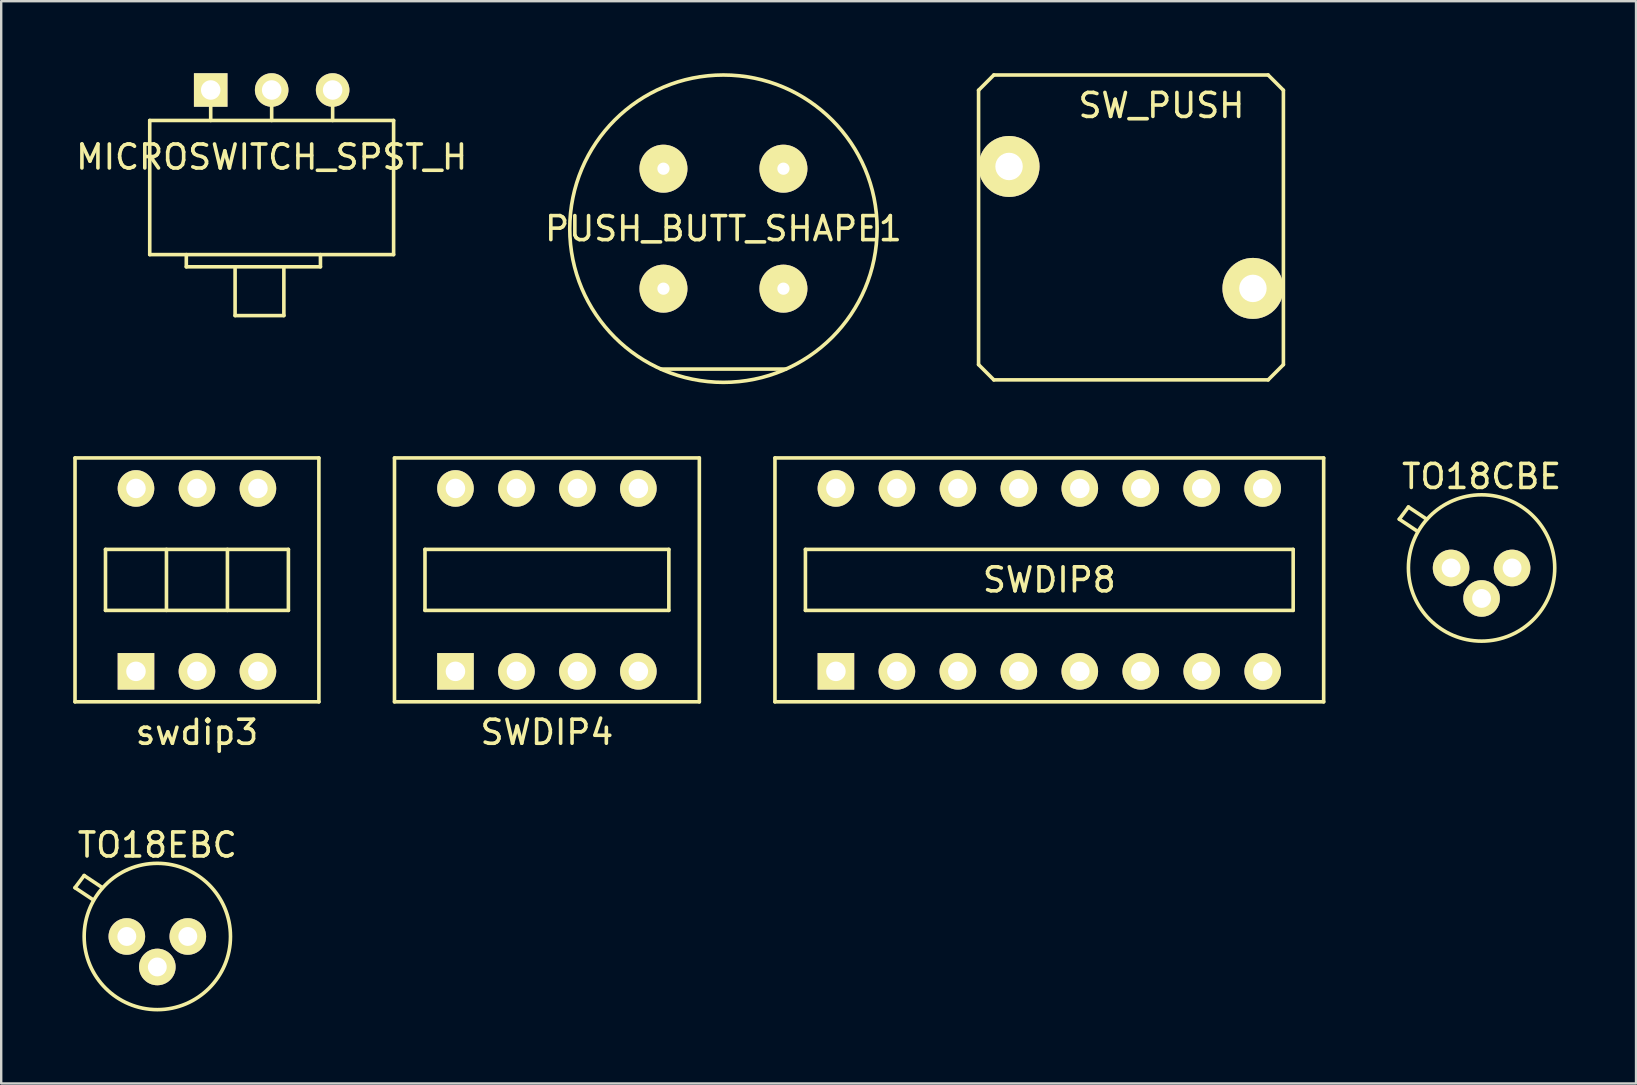
<source format=kicad_pcb>
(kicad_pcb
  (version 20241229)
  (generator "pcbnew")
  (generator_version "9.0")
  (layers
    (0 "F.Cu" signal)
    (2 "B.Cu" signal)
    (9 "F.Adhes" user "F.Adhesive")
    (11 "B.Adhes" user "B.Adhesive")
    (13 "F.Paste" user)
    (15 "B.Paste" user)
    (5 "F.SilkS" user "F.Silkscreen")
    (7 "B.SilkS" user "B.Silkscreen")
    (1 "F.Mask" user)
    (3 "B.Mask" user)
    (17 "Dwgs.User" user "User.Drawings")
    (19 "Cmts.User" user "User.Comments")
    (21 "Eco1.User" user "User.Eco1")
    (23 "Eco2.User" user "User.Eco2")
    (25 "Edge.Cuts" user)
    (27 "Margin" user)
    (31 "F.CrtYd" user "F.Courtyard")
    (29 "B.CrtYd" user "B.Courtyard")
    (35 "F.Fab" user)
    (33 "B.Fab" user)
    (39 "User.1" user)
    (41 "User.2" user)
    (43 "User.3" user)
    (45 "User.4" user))
  (footprint "TO18EBC"
    (layer "F.Cu")
    (at 3.504 35.965)
    (property "Reference" "TO18EBC" (at 0 -3.81 0) (layer "F.SilkS") (effects (font (size 1 1) (thickness 0.15))))
    (attr through_hole)
    (fp_line (start -3.429 -2.032) (end -3.048 -2.54) (stroke (width 0.15) (type solid)) (layer "F.SilkS"))
    (fp_line (start -3.048 -2.54) (end -2.286 -2.032) (stroke (width 0.15) (type solid)) (layer "F.SilkS"))
    (fp_line (start -2.667 -1.524) (end -3.429 -2.032) (stroke (width 0.15) (type solid)) (layer "F.SilkS"))
    (fp_circle (center 0 0) (end -3.048 0) (stroke (width 0.15) (type solid)) (fill no) (layer "F.SilkS"))
    (pad "1" thru_hole circle (at -1.27 0) (size 1.524 1.524) (drill 0.787) (layers "*.Cu" "*.Mask" "F.SilkS"))
    (pad "2" thru_hole circle (at 0 1.27) (size 1.524 1.524) (drill 0.787) (layers "*.Cu" "*.Mask" "F.SilkS"))
    (pad "3" thru_hole circle (at 1.27 0) (size 1.524 1.524) (drill 0.787) (layers "*.Cu" "*.Mask" "F.SilkS")))
  (footprint "SWDIP4"
    (layer "F.Cu")
    (at 19.735 21.109)
    (property "Reference" "SWDIP4" (at 0 6.35 0) (layer "F.SilkS") (effects (font (size 1 1) (thickness 0.15))))
    (attr through_hole)
    (fp_line (start -6.35 -5.08) (end 6.35 -5.08) (stroke (width 0.15) (type solid)) (layer "F.SilkS"))
    (fp_line (start -6.35 5.08) (end -6.35 -5.08) (stroke (width 0.15) (type solid)) (layer "F.SilkS"))
    (fp_line (start -5.08 -1.27) (end 5.08 -1.27) (stroke (width 0.15) (type solid)) (layer "F.SilkS"))
    (fp_line (start -5.08 1.27) (end -5.08 -1.27) (stroke (width 0.15) (type solid)) (layer "F.SilkS"))
    (fp_line (start 5.08 -1.27) (end 5.08 1.27) (stroke (width 0.15) (type solid)) (layer "F.SilkS"))
    (fp_line (start 5.08 1.27) (end -5.08 1.27) (stroke (width 0.15) (type solid)) (layer "F.SilkS"))
    (fp_line (start 6.35 -5.08) (end 6.35 5.08) (stroke (width 0.15) (type solid)) (layer "F.SilkS"))
    (fp_line (start 6.35 5.08) (end -6.35 5.08) (stroke (width 0.15) (type solid)) (layer "F.SilkS"))
    (pad "1" thru_hole rect (at -3.81 3.81) (size 1.524 1.524) (drill 0.813) (layers "*.Cu" "*.Mask" "F.SilkS"))
    (pad "2" thru_hole circle (at -1.27 3.81) (size 1.524 1.524) (drill 0.813) (layers "*.Cu" "*.Mask" "F.SilkS"))
    (pad "3" thru_hole circle (at 1.27 3.81) (size 1.524 1.524) (drill 0.813) (layers "*.Cu" "*.Mask" "F.SilkS"))
    (pad "4" thru_hole circle (at 3.81 3.81) (size 1.524 1.524) (drill 0.813) (layers "*.Cu" "*.Mask" "F.SilkS"))
    (pad "5" thru_hole circle (at 3.81 -3.81) (size 1.524 1.524) (drill 0.813) (layers "*.Cu" "*.Mask" "F.SilkS"))
    (pad "6" thru_hole circle (at 1.27 -3.81) (size 1.524 1.524) (drill 0.813) (layers "*.Cu" "*.Mask" "F.SilkS"))
    (pad "7" thru_hole circle (at -1.27 -3.81) (size 1.524 1.524) (drill 0.813) (layers "*.Cu" "*.Mask" "F.SilkS"))
    (pad "8" thru_hole circle (at -3.81 -3.81) (size 1.524 1.524) (drill 0.813) (layers "*.Cu" "*.Mask" "F.SilkS")))
  (footprint "swdip3"
    (layer "F.Cu")
    (at 5.155 21.109)
    (property "Reference" "swdip3" (at 0 6.35 0) (layer "F.SilkS") (effects (font (size 1 1) (thickness 0.15))))
    (attr through_hole)
    (fp_line (start -5.08 -5.08) (end 5.08 -5.08) (stroke (width 0.15) (type solid)) (layer "F.SilkS"))
    (fp_line (start -5.08 5.08) (end -5.08 -5.08) (stroke (width 0.15) (type solid)) (layer "F.SilkS"))
    (fp_line (start -3.81 -1.27) (end 3.81 -1.27) (stroke (width 0.15) (type solid)) (layer "F.SilkS"))
    (fp_line (start -3.81 1.27) (end -3.81 -1.27) (stroke (width 0.15) (type solid)) (layer "F.SilkS"))
    (fp_line (start -1.27 -1.27) (end -1.27 1.27) (stroke (width 0.15) (type solid)) (layer "F.SilkS"))
    (fp_line (start 1.27 -1.27) (end 1.27 1.27) (stroke (width 0.15) (type solid)) (layer "F.SilkS"))
    (fp_line (start 3.81 -1.27) (end 3.81 1.27) (stroke (width 0.15) (type solid)) (layer "F.SilkS"))
    (fp_line (start 3.81 1.27) (end -3.81 1.27) (stroke (width 0.15) (type solid)) (layer "F.SilkS"))
    (fp_line (start 5.08 -5.08) (end 5.08 5.08) (stroke (width 0.15) (type solid)) (layer "F.SilkS"))
    (fp_line (start 5.08 5.08) (end -5.08 5.08) (stroke (width 0.15) (type solid)) (layer "F.SilkS"))
    (pad "1" thru_hole rect (at -2.54 3.81) (size 1.524 1.524) (drill 0.813) (layers "*.Cu" "*.Mask" "F.SilkS"))
    (pad "2" thru_hole circle (at 0 3.81) (size 1.524 1.524) (drill 0.813) (layers "*.Cu" "*.Mask" "F.SilkS"))
    (pad "3" thru_hole circle (at 2.54 3.81) (size 1.524 1.524) (drill 0.813) (layers "*.Cu" "*.Mask" "F.SilkS"))
    (pad "4" thru_hole circle (at 2.54 -3.81) (size 1.524 1.524) (drill 0.813) (layers "*.Cu" "*.Mask" "F.SilkS"))
    (pad "5" thru_hole circle (at 0 -3.81) (size 1.524 1.524) (drill 0.813) (layers "*.Cu" "*.Mask" "F.SilkS"))
    (pad "6" thru_hole circle (at -2.54 -3.81) (size 1.524 1.524) (drill 0.813) (layers "*.Cu" "*.Mask" "F.SilkS")))
  (footprint "SW_PUSH"
    (layer "F.Cu")
    (at 44.068 6.425)
    (property "Reference" "SW_PUSH" (at 1.27 -5.08 0) (layer "F.SilkS") (effects (font (size 1 1) (thickness 0.15))))
    (attr through_hole)
    (fp_line (start -6.35 -5.715) (end -5.715 -6.35) (stroke (width 0.15) (type solid)) (layer "F.SilkS"))
    (fp_line (start -6.35 5.715) (end -6.35 -5.715) (stroke (width 0.15) (type solid)) (layer "F.SilkS"))
    (fp_line (start -5.715 -6.35) (end 5.715 -6.35) (stroke (width 0.15) (type solid)) (layer "F.SilkS"))
    (fp_line (start -5.715 6.35) (end -6.35 5.715) (stroke (width 0.15) (type solid)) (layer "F.SilkS"))
    (fp_line (start 5.715 -6.35) (end 6.35 -5.715) (stroke (width 0.15) (type solid)) (layer "F.SilkS"))
    (fp_line (start 5.715 6.35) (end -5.715 6.35) (stroke (width 0.15) (type solid)) (layer "F.SilkS"))
    (fp_line (start 6.35 -5.715) (end 6.35 5.715) (stroke (width 0.15) (type solid)) (layer "F.SilkS"))
    (fp_line (start 6.35 5.715) (end 5.715 6.35) (stroke (width 0.15) (type solid)) (layer "F.SilkS"))
    (pad "1" thru_hole circle (at -5.08 -2.54) (size 2.54 2.54) (drill 1.143) (layers "*.Cu" "*.Mask" "F.SilkS"))
    (pad "2" thru_hole circle (at 5.08 2.54) (size 2.54 2.54) (drill 1.143) (layers "*.Cu" "*.Mask" "F.SilkS")))
  (footprint "SWDIP8"
    (layer "F.Cu")
    (at 40.665 21.109)
    (property "Reference" "SWDIP8" (at 0 0 0) (layer "F.SilkS") (effects (font (size 1 1) (thickness 0.15))))
    (attr through_hole)
    (fp_line (start -11.43 -5.08) (end -11.43 5.08) (stroke (width 0.15) (type solid)) (layer "F.SilkS"))
    (fp_line (start -11.43 5.08) (end 11.43 5.08) (stroke (width 0.15) (type solid)) (layer "F.SilkS"))
    (fp_line (start -10.16 -1.27) (end 10.16 -1.27) (stroke (width 0.15) (type solid)) (layer "F.SilkS"))
    (fp_line (start -10.16 1.27) (end -10.16 -1.27) (stroke (width 0.15) (type solid)) (layer "F.SilkS"))
    (fp_line (start 10.16 -1.27) (end 10.16 1.27) (stroke (width 0.15) (type solid)) (layer "F.SilkS"))
    (fp_line (start 10.16 1.27) (end -10.16 1.27) (stroke (width 0.15) (type solid)) (layer "F.SilkS"))
    (fp_line (start 11.43 -5.08) (end -11.43 -5.08) (stroke (width 0.15) (type solid)) (layer "F.SilkS"))
    (fp_line (start 11.43 5.08) (end 11.43 -5.08) (stroke (width 0.15) (type solid)) (layer "F.SilkS"))
    (pad "1" thru_hole rect (at -8.89 3.81) (size 1.524 1.524) (drill 0.813) (layers "*.Cu" "*.Mask" "F.SilkS"))
    (pad "2" thru_hole circle (at -6.35 3.81) (size 1.524 1.524) (drill 0.813) (layers "*.Cu" "*.Mask" "F.SilkS"))
    (pad "3" thru_hole circle (at -3.81 3.81) (size 1.524 1.524) (drill 0.813) (layers "*.Cu" "*.Mask" "F.SilkS"))
    (pad "4" thru_hole circle (at -1.27 3.81) (size 1.524 1.524) (drill 0.813) (layers "*.Cu" "*.Mask" "F.SilkS"))
    (pad "5" thru_hole circle (at 1.27 3.81) (size 1.524 1.524) (drill 0.813) (layers "*.Cu" "*.Mask" "F.SilkS"))
    (pad "6" thru_hole circle (at 3.81 3.81) (size 1.524 1.524) (drill 0.813) (layers "*.Cu" "*.Mask" "F.SilkS"))
    (pad "7" thru_hole circle (at 6.35 3.81) (size 1.524 1.524) (drill 0.813) (layers "*.Cu" "*.Mask" "F.SilkS"))
    (pad "8" thru_hole circle (at 8.89 3.81) (size 1.524 1.524) (drill 0.813) (layers "*.Cu" "*.Mask" "F.SilkS"))
    (pad "9" thru_hole circle (at 8.89 -3.81) (size 1.524 1.524) (drill 0.813) (layers "*.Cu" "*.Mask" "F.SilkS"))
    (pad "10" thru_hole circle (at 6.35 -3.81) (size 1.524 1.524) (drill 0.813) (layers "*.Cu" "*.Mask" "F.SilkS"))
    (pad "11" thru_hole circle (at 3.81 -3.81) (size 1.524 1.524) (drill 0.813) (layers "*.Cu" "*.Mask" "F.SilkS"))
    (pad "12" thru_hole circle (at 1.27 -3.81) (size 1.524 1.524) (drill 0.813) (layers "*.Cu" "*.Mask" "F.SilkS"))
    (pad "13" thru_hole circle (at -1.27 -3.81) (size 1.524 1.524) (drill 0.813) (layers "*.Cu" "*.Mask" "F.SilkS"))
    (pad "14" thru_hole circle (at -3.81 -3.81) (size 1.524 1.524) (drill 0.813) (layers "*.Cu" "*.Mask" "F.SilkS"))
    (pad "15" thru_hole circle (at -6.35 -3.81) (size 1.524 1.524) (drill 0.813) (layers "*.Cu" "*.Mask" "F.SilkS"))
    (pad "16" thru_hole circle (at -8.89 -3.81) (size 1.524 1.524) (drill 0.813) (layers "*.Cu" "*.Mask" "F.SilkS")))
  (footprint "MICROSWITCH_SPST_H"
    (layer "F.Cu")
    (at 8.268 0.699)
    (property "Reference" "MICROSWITCH_SPST_H" (at 0 2.794 0) (layer "F.SilkS") (effects (font (size 1 1) (thickness 0.15))))
    (attr through_hole)
    (fp_line (start -5.08 1.27) (end -5.08 6.858) (stroke (width 0.15) (type solid)) (layer "F.SilkS"))
    (fp_line (start -5.08 1.27) (end 5.08 1.27) (stroke (width 0.15) (type solid)) (layer "F.SilkS"))
    (fp_line (start -3.556 6.858) (end -3.556 7.366) (stroke (width 0.15) (type solid)) (layer "F.SilkS"))
    (fp_line (start -3.556 7.366) (end 2.032 7.366) (stroke (width 0.15) (type solid)) (layer "F.SilkS"))
    (fp_line (start -2.54 0) (end -2.54 1.27) (stroke (width 0.15) (type solid)) (layer "F.SilkS"))
    (fp_line (start -1.524 7.366) (end -1.524 9.398) (stroke (width 0.15) (type solid)) (layer "F.SilkS"))
    (fp_line (start -1.524 9.398) (end 0.508 9.398) (stroke (width 0.15) (type solid)) (layer "F.SilkS"))
    (fp_line (start 0 0) (end 0 1.27) (stroke (width 0.15) (type solid)) (layer "F.SilkS"))
    (fp_line (start 0.508 7.366) (end 0.508 9.398) (stroke (width 0.15) (type solid)) (layer "F.SilkS"))
    (fp_line (start 2.032 7.366) (end 2.032 6.858) (stroke (width 0.15) (type solid)) (layer "F.SilkS"))
    (fp_line (start 2.54 0) (end 2.54 1.27) (stroke (width 0.15) (type solid)) (layer "F.SilkS"))
    (fp_line (start 5.08 1.27) (end 5.08 6.858) (stroke (width 0.15) (type solid)) (layer "F.SilkS"))
    (fp_line (start 5.08 6.858) (end -5.08 6.858) (stroke (width 0.15) (type solid)) (layer "F.SilkS"))
    (pad "1" thru_hole rect (at -2.54 0) (size 1.397 1.397) (drill 0.813) (layers "*.Cu" "*.Mask" "F.SilkS"))
    (pad "2" thru_hole circle (at 0 0) (size 1.397 1.397) (drill 0.813) (layers "*.Cu" "*.Mask" "F.SilkS"))
    (pad "3" thru_hole circle (at 2.54 0) (size 1.397 1.397) (drill 0.813) (layers "*.Cu" "*.Mask" "F.SilkS")))
  (footprint "TO18CBE"
    (layer "F.Cu")
    (at 58.674 20.612)
    (property "Reference" "TO18CBE" (at 0 -3.81 0) (layer "F.SilkS") (effects (font (size 1 1) (thickness 0.15))))
    (attr through_hole)
    (fp_line (start -3.429 -2.032) (end -3.048 -2.54) (stroke (width 0.15) (type solid)) (layer "F.SilkS"))
    (fp_line (start -3.048 -2.54) (end -2.286 -2.032) (stroke (width 0.15) (type solid)) (layer "F.SilkS"))
    (fp_line (start -2.667 -1.524) (end -3.429 -2.032) (stroke (width 0.15) (type solid)) (layer "F.SilkS"))
    (fp_circle (center 0 0) (end -3.048 0) (stroke (width 0.15) (type solid)) (fill no) (layer "F.SilkS"))
    (pad "1" thru_hole circle (at 1.27 0) (size 1.524 1.524) (drill 0.787) (layers "*.Cu" "*.Mask" "F.SilkS"))
    (pad "2" thru_hole circle (at 0 1.27) (size 1.524 1.524) (drill 0.787) (layers "*.Cu" "*.Mask" "F.SilkS"))
    (pad "3" thru_hole circle (at -1.27 0) (size 1.524 1.524) (drill 0.787) (layers "*.Cu" "*.Mask" "F.SilkS")))
  (footprint "PUSH_BUTT_SHAPE1"
    (layer "F.Cu")
    (at 27.089 6.477)
    (property "Reference" "PUSH_BUTT_SHAPE1" (at 0 0 0) (layer "F.SilkS") (effects (font (size 1 1) (thickness 0.15))))
    (attr through_hole)
    (fp_line (start 2.601 5.85) (end -2.601 5.85) (stroke (width 0.15) (type solid)) (layer "F.SilkS"))
    (fp_circle (center 0 0) (end 2.601 5.85) (stroke (width 0.15) (type solid)) (fill no) (layer "F.SilkS"))
    (pad "1" thru_hole circle (at -2.499 -2.499) (size 1.999 1.999) (drill 0.508) (layers "*.Cu" "*.Mask" "F.SilkS"))
    (pad "2" thru_hole circle (at 2.499 -2.499) (size 1.999 1.999) (drill 0.508) (layers "*.Cu" "*.Mask" "F.SilkS"))
    (pad "3" thru_hole circle (at -2.499 2.499) (size 1.999 1.999) (drill 0.508) (layers "*.Cu" "*.Mask" "F.SilkS"))
    (pad "4" thru_hole circle (at 2.499 2.499) (size 1.999 1.999) (drill 0.508) (layers "*.Cu" "*.Mask" "F.SilkS")))
  (gr_rect
    (start -3 -3)
    (end 65.109 42.088)
    (stroke (width 0.1) (type default))
    (fill no)
    (layer "Edge.Cuts")))
</source>
